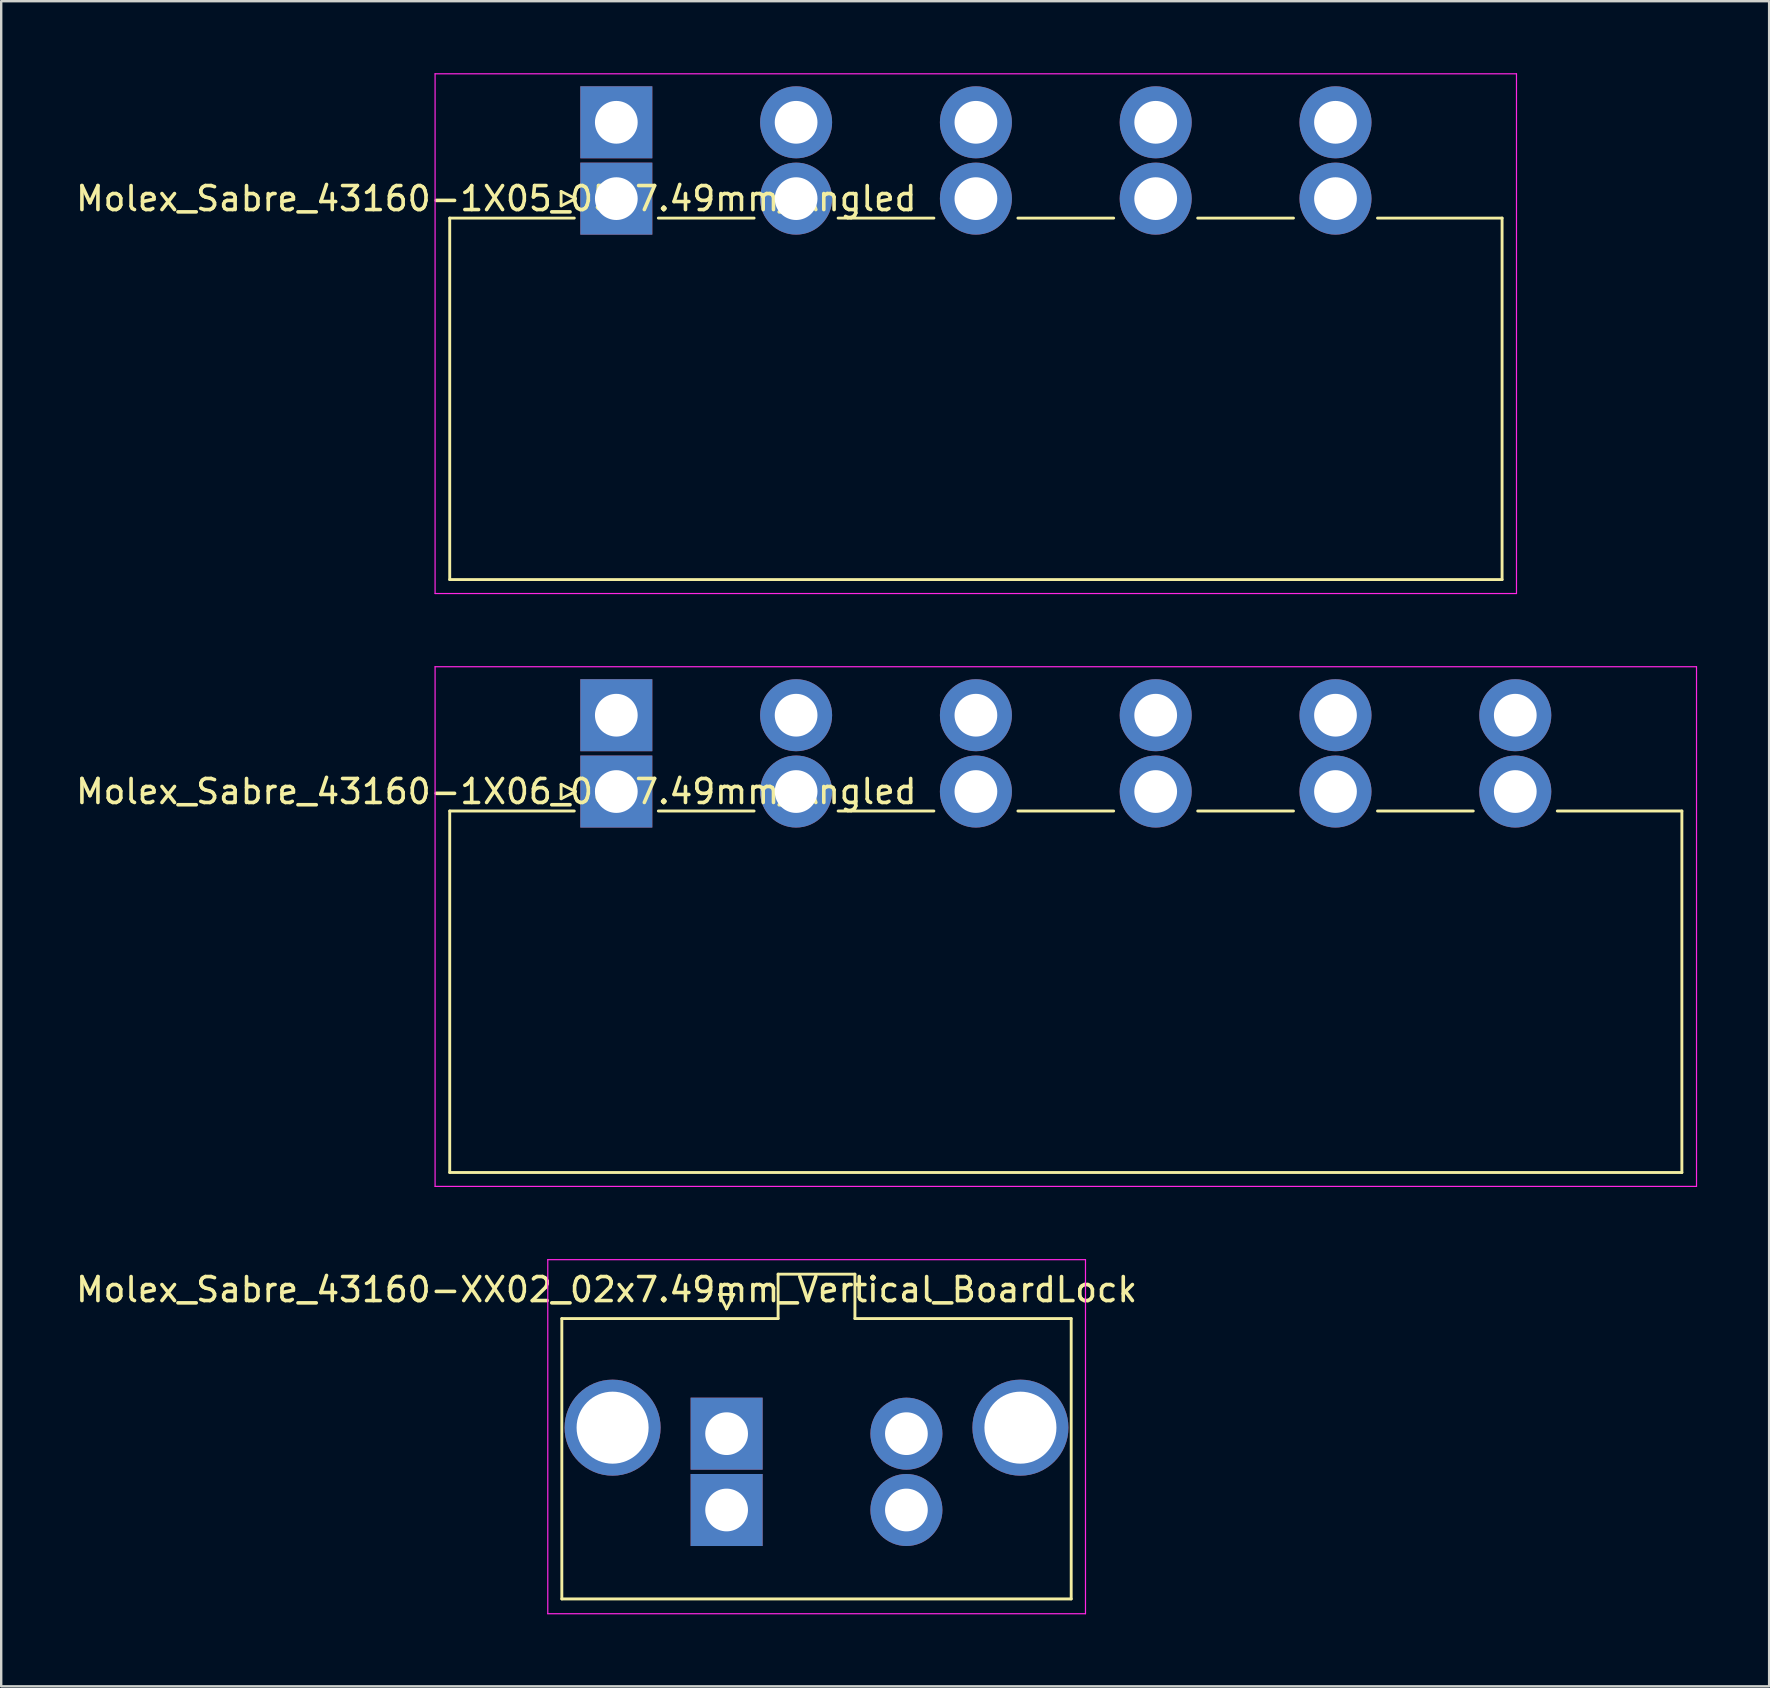
<source format=kicad_pcb>
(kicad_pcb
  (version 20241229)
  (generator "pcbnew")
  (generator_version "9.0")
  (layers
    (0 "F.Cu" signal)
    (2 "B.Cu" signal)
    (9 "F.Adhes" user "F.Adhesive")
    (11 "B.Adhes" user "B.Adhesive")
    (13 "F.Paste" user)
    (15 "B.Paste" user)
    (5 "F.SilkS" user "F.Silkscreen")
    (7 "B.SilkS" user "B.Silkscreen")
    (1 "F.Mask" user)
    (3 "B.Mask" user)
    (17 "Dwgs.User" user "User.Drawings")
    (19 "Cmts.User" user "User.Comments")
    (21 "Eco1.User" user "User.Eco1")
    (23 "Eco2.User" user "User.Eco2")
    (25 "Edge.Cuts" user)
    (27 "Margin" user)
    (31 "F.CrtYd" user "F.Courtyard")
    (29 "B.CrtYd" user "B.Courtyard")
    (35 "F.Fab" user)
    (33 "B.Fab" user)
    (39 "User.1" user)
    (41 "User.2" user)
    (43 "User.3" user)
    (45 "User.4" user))
  (footprint "Molex_Sabre_43160-1X06_06x7.49mm_Angled"
    (layer "F.Cu")
    (at 22.625 29.925)
    (property "Reference" "Molex_Sabre_43160-1X06_06x7.49mm_Angled" (at -5 0 0) (layer "F.SilkS") (effects (font (size 1 1) (thickness 0.15))))
    (attr through_hole)
    (fp_line (start -6.94 0.81) (end -6.94 15.87) (stroke (width 0.12) (type solid)) (layer "F.SilkS"))
    (fp_line (start -6.94 0.81) (end -1.75 0.81) (stroke (width 0.12) (type solid)) (layer "F.SilkS"))
    (fp_line (start -6.94 15.87) (end 44.39 15.87) (stroke (width 0.12) (type solid)) (layer "F.SilkS"))
    (fp_line (start -2.3 -0.3) (end -1.7 0) (stroke (width 0.12) (type solid)) (layer "F.SilkS"))
    (fp_line (start -2.3 0.3) (end -2.3 -0.3) (stroke (width 0.12) (type solid)) (layer "F.SilkS"))
    (fp_line (start -1.7 0) (end -2.3 0.3) (stroke (width 0.12) (type solid)) (layer "F.SilkS"))
    (fp_line (start 1.75 0.81) (end 5.74 0.81) (stroke (width 0.12) (type solid)) (layer "F.SilkS"))
    (fp_line (start 9.24 0.81) (end 13.23 0.81) (stroke (width 0.12) (type solid)) (layer "F.SilkS"))
    (fp_line (start 16.73 0.81) (end 20.72 0.81) (stroke (width 0.12) (type solid)) (layer "F.SilkS"))
    (fp_line (start 24.22 0.81) (end 28.21 0.81) (stroke (width 0.12) (type solid)) (layer "F.SilkS"))
    (fp_line (start 31.71 0.81) (end 35.7 0.81) (stroke (width 0.12) (type solid)) (layer "F.SilkS"))
    (fp_line (start 39.2 0.81) (end 44.39 0.81) (stroke (width 0.12) (type solid)) (layer "F.SilkS"))
    (fp_line (start 44.39 15.87) (end 44.39 0.81) (stroke (width 0.12) (type solid)) (layer "F.SilkS"))
    (fp_line (start -7.55 -5.2) (end -7.55 16.45) (stroke (width 0.05) (type solid)) (layer "F.CrtYd"))
    (fp_line (start -7.55 16.45) (end 45 16.45) (stroke (width 0.05) (type solid)) (layer "F.CrtYd"))
    (fp_line (start 45 -5.2) (end -7.55 -5.2) (stroke (width 0.05) (type solid)) (layer "F.CrtYd"))
    (fp_line (start 45 16.45) (end 45 -5.2) (stroke (width 0.05) (type solid)) (layer "F.CrtYd"))
    (pad "1" thru_hole rect (at 0 -3.18) (size 3 3) (drill 1.78) (layers "*.Cu" "*.Mask"))
    (pad "1" thru_hole rect (at 0 0) (size 3 3) (drill 1.78) (layers "*.Cu" "*.Mask"))
    (pad "2" thru_hole circle (at 7.49 -3.18) (size 3 3) (drill 1.78) (layers "*.Cu" "*.Mask"))
    (pad "2" thru_hole circle (at 7.49 0) (size 3 3) (drill 1.78) (layers "*.Cu" "*.Mask"))
    (pad "3" thru_hole circle (at 14.98 -3.18) (size 3 3) (drill 1.78) (layers "*.Cu" "*.Mask"))
    (pad "3" thru_hole circle (at 14.98 0) (size 3 3) (drill 1.78) (layers "*.Cu" "*.Mask"))
    (pad "4" thru_hole circle (at 22.47 -3.18) (size 3 3) (drill 1.78) (layers "*.Cu" "*.Mask"))
    (pad "4" thru_hole circle (at 22.47 0) (size 3 3) (drill 1.78) (layers "*.Cu" "*.Mask"))
    (pad "5" thru_hole circle (at 29.96 -3.18) (size 3 3) (drill 1.78) (layers "*.Cu" "*.Mask"))
    (pad "5" thru_hole circle (at 29.96 0) (size 3 3) (drill 1.78) (layers "*.Cu" "*.Mask"))
    (pad "6" thru_hole circle (at 37.45 -3.18) (size 3 3) (drill 1.78) (layers "*.Cu" "*.Mask"))
    (pad "6" thru_hole circle (at 37.45 0) (size 3 3) (drill 1.78) (layers "*.Cu" "*.Mask")))
  (footprint "Molex_Sabre_43160-XX02_02x7.49mm_Vertical_BoardLock"
    (layer "F.Cu")
    (at 27.22 56.675)
    (property "Reference" "Molex_Sabre_43160-XX02_02x7.49mm_Vertical_BoardLock" (at -5 -6 0) (layer "F.SilkS") (effects (font (size 1 1) (thickness 0.15))))
    (attr through_hole)
    (fp_line (start -6.865 -4.795) (end 2.145 -4.795) (stroke (width 0.12) (type solid)) (layer "F.SilkS"))
    (fp_line (start -6.865 6.885) (end -6.865 -4.795) (stroke (width 0.12) (type solid)) (layer "F.SilkS"))
    (fp_line (start -0.3 -5.8) (end 0 -5.2) (stroke (width 0.12) (type solid)) (layer "F.SilkS"))
    (fp_line (start 0 -5.2) (end 0.3 -5.8) (stroke (width 0.12) (type solid)) (layer "F.SilkS"))
    (fp_line (start 0.3 -5.8) (end -0.3 -5.8) (stroke (width 0.12) (type solid)) (layer "F.SilkS"))
    (fp_line (start 2.145 -6.645) (end 5.345 -6.645) (stroke (width 0.12) (type solid)) (layer "F.SilkS"))
    (fp_line (start 2.145 -4.795) (end 2.145 -6.645) (stroke (width 0.12) (type solid)) (layer "F.SilkS"))
    (fp_line (start 5.345 -6.645) (end 5.345 -4.795) (stroke (width 0.12) (type solid)) (layer "F.SilkS"))
    (fp_line (start 5.345 -4.795) (end 14.355 -4.795) (stroke (width 0.12) (type solid)) (layer "F.SilkS"))
    (fp_line (start 14.355 -4.795) (end 14.355 6.885) (stroke (width 0.12) (type solid)) (layer "F.SilkS"))
    (fp_line (start 14.355 6.885) (end -6.865 6.885) (stroke (width 0.12) (type solid)) (layer "F.SilkS"))
    (fp_line (start -7.45 -7.25) (end -7.45 7.5) (stroke (width 0.05) (type solid)) (layer "F.CrtYd"))
    (fp_line (start -7.45 7.5) (end 14.95 7.5) (stroke (width 0.05) (type solid)) (layer "F.CrtYd"))
    (fp_line (start 14.95 -7.25) (end -7.45 -7.25) (stroke (width 0.05) (type solid)) (layer "F.CrtYd"))
    (fp_line (start 14.95 7.5) (end 14.95 -7.25) (stroke (width 0.05) (type solid)) (layer "F.CrtYd"))
    (pad "" thru_hole circle (at -4.75 -0.25) (size 4 4) (drill 3) (layers "*.Cu" "*.Mask"))
    (pad "" thru_hole circle (at 12.24 -0.25) (size 4 4) (drill 3) (layers "*.Cu" "*.Mask"))
    (pad "1" thru_hole rect (at 0 0) (size 3 3) (drill 1.78) (layers "*.Cu" "*.Mask"))
    (pad "1" thru_hole rect (at 0 3.18) (size 3 3) (drill 1.78) (layers "*.Cu" "*.Mask"))
    (pad "2" thru_hole circle (at 7.49 0) (size 3 3) (drill 1.78) (layers "*.Cu" "*.Mask"))
    (pad "2" thru_hole circle (at 7.49 3.18) (size 3 3) (drill 1.78) (layers "*.Cu" "*.Mask")))
  (footprint "Molex_Sabre_43160-1X05_05x7.49mm_Angled"
    (layer "F.Cu")
    (at 22.625 5.225)
    (property "Reference" "Molex_Sabre_43160-1X05_05x7.49mm_Angled" (at -5 0 0) (layer "F.SilkS") (effects (font (size 1 1) (thickness 0.15))))
    (attr through_hole)
    (fp_line (start -6.94 0.81) (end -6.94 15.87) (stroke (width 0.12) (type solid)) (layer "F.SilkS"))
    (fp_line (start -6.94 0.81) (end -1.75 0.81) (stroke (width 0.12) (type solid)) (layer "F.SilkS"))
    (fp_line (start -6.94 15.87) (end 36.9 15.87) (stroke (width 0.12) (type solid)) (layer "F.SilkS"))
    (fp_line (start -2.3 -0.3) (end -1.7 0) (stroke (width 0.12) (type solid)) (layer "F.SilkS"))
    (fp_line (start -2.3 0.3) (end -2.3 -0.3) (stroke (width 0.12) (type solid)) (layer "F.SilkS"))
    (fp_line (start -1.7 0) (end -2.3 0.3) (stroke (width 0.12) (type solid)) (layer "F.SilkS"))
    (fp_line (start 1.75 0.81) (end 5.74 0.81) (stroke (width 0.12) (type solid)) (layer "F.SilkS"))
    (fp_line (start 9.24 0.81) (end 13.23 0.81) (stroke (width 0.12) (type solid)) (layer "F.SilkS"))
    (fp_line (start 16.73 0.81) (end 20.72 0.81) (stroke (width 0.12) (type solid)) (layer "F.SilkS"))
    (fp_line (start 24.22 0.81) (end 28.21 0.81) (stroke (width 0.12) (type solid)) (layer "F.SilkS"))
    (fp_line (start 31.71 0.81) (end 36.9 0.81) (stroke (width 0.12) (type solid)) (layer "F.SilkS"))
    (fp_line (start 36.9 15.87) (end 36.9 0.81) (stroke (width 0.12) (type solid)) (layer "F.SilkS"))
    (fp_line (start -7.55 -5.2) (end -7.55 16.45) (stroke (width 0.05) (type solid)) (layer "F.CrtYd"))
    (fp_line (start -7.55 16.45) (end 37.5 16.45) (stroke (width 0.05) (type solid)) (layer "F.CrtYd"))
    (fp_line (start 37.5 -5.2) (end -7.55 -5.2) (stroke (width 0.05) (type solid)) (layer "F.CrtYd"))
    (fp_line (start 37.5 16.45) (end 37.5 -5.2) (stroke (width 0.05) (type solid)) (layer "F.CrtYd"))
    (pad "1" thru_hole rect (at 0 -3.18) (size 3 3) (drill 1.78) (layers "*.Cu" "*.Mask"))
    (pad "1" thru_hole rect (at 0 0) (size 3 3) (drill 1.78) (layers "*.Cu" "*.Mask"))
    (pad "2" thru_hole circle (at 7.49 -3.18) (size 3 3) (drill 1.78) (layers "*.Cu" "*.Mask"))
    (pad "2" thru_hole circle (at 7.49 0) (size 3 3) (drill 1.78) (layers "*.Cu" "*.Mask"))
    (pad "3" thru_hole circle (at 14.98 -3.18) (size 3 3) (drill 1.78) (layers "*.Cu" "*.Mask"))
    (pad "3" thru_hole circle (at 14.98 0) (size 3 3) (drill 1.78) (layers "*.Cu" "*.Mask"))
    (pad "4" thru_hole circle (at 22.47 -3.18) (size 3 3) (drill 1.78) (layers "*.Cu" "*.Mask"))
    (pad "4" thru_hole circle (at 22.47 0) (size 3 3) (drill 1.78) (layers "*.Cu" "*.Mask"))
    (pad "5" thru_hole circle (at 29.96 -3.18) (size 3 3) (drill 1.78) (layers "*.Cu" "*.Mask"))
    (pad "5" thru_hole circle (at 29.96 0) (size 3 3) (drill 1.78) (layers "*.Cu" "*.Mask")))
  (gr_rect
    (start -3 -3)
    (end 70.65 67.2)
    (stroke (width 0.1) (type default))
    (fill no)
    (layer "Edge.Cuts")))
</source>
